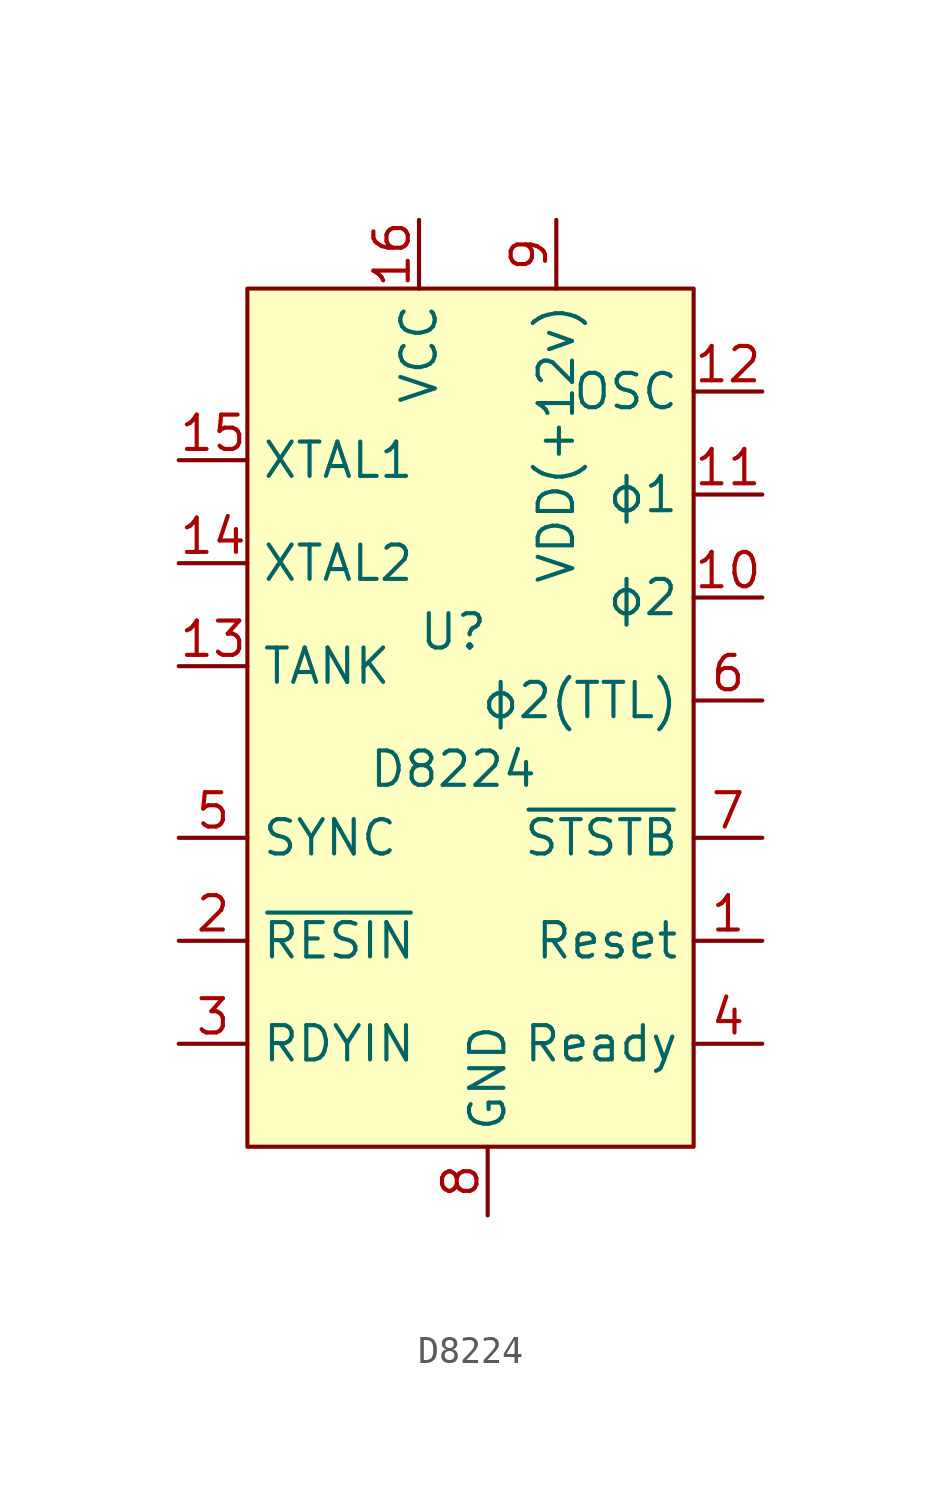
<source format=kicad_sym>
(kicad_symbol_lib
  (version 20220914)
  (generator kicad_symbol_editor)
  (symbol "D8224"
    (property "Reference" "U"
      (at -1.27 2.54 0)
      (effects (font (size 1.27 1.27))))
    (property "Value" "D8224"
      (at -1.27 -2.54 0)
      (effects (font (size 1.27 1.27))))
    (symbol "D8224_0_1"
      (rectangle (start -8.89 15.24) (end 7.62 -16.51) (stroke (width 0.152) (type default)) (fill (type color) (color 255 255 194 1))))
    (symbol "D8224_1_1"
      (pin output line (at 10.16 -8.89 180) (length 2.54) (name "Reset" (effects (font (size 1.27 1.27)))) (number "1" (effects (font (size 1.27 1.27)))))
      (pin output line (at 10.16 3.81 180) (length 2.54) (name "ϕ2" (effects (font (size 1.27 1.27)))) (number "10" (effects (font (size 1.27 1.27)))))
      (pin output line (at 10.16 7.62 180) (length 2.54) (name "ϕ1" (effects (font (size 1.27 1.27)))) (number "11" (effects (font (size 1.27 1.27)))))
      (pin output line (at 10.16 11.43 180) (length 2.54) (name "OSC" (effects (font (size 1.27 1.27)))) (number "12" (effects (font (size 1.27 1.27)))))
      (pin input line (at -11.43 1.27 0) (length 2.54) (name "TANK" (effects (font (size 1.27 1.27)))) (number "13" (effects (font (size 1.27 1.27)))))
      (pin input line (at -11.43 5.08 0) (length 2.54) (name "XTAL2" (effects (font (size 1.27 1.27)))) (number "14" (effects (font (size 1.27 1.27)))))
      (pin input line (at -11.43 8.89 0) (length 2.54) (name "XTAL1" (effects (font (size 1.27 1.27)))) (number "15" (effects (font (size 1.27 1.27)))))
      (pin power_in line (at -2.54 17.78 270) (length 2.54) (name "VCC" (effects (font (size 1.27 1.27)))) (number "16" (effects (font (size 1.27 1.27)))))
      (pin input line (at -11.43 -8.89 0) (length 2.54) (name "~{RESIN}" (effects (font (size 1.27 1.27)))) (number "2" (effects (font (size 1.27 1.27)))))
      (pin input line (at -11.43 -12.7 0) (length 2.54) (name "RDYIN" (effects (font (size 1.27 1.27)))) (number "3" (effects (font (size 1.27 1.27)))))
      (pin output line (at 10.16 -12.7 180) (length 2.54) (name "Ready" (effects (font (size 1.27 1.27)))) (number "4" (effects (font (size 1.27 1.27)))))
      (pin input line (at -11.43 -5.08 0) (length 2.54) (name "SYNC" (effects (font (size 1.27 1.27)))) (number "5" (effects (font (size 1.27 1.27)))))
      (pin output line (at 10.16 0 180) (length 2.54) (name "ϕ2(TTL)" (effects (font (size 1.27 1.27)))) (number "6" (effects (font (size 1.27 1.27)))))
      (pin output line (at 10.16 -5.08 180) (length 2.54) (name "~{STSTB}" (effects (font (size 1.27 1.27)))) (number "7" (effects (font (size 1.27 1.27)))))
      (pin power_in line (at 0 -19.05 90) (length 2.54) (name "GND" (effects (font (size 1.27 1.27)))) (number "8" (effects (font (size 1.27 1.27)))))
      (pin power_in line (at 2.54 17.78 270) (length 2.54) (name "VDD(+12v)" (effects (font (size 1.27 1.27)))) (number "9" (effects (font (size 1.27 1.27))))))))
</source>
